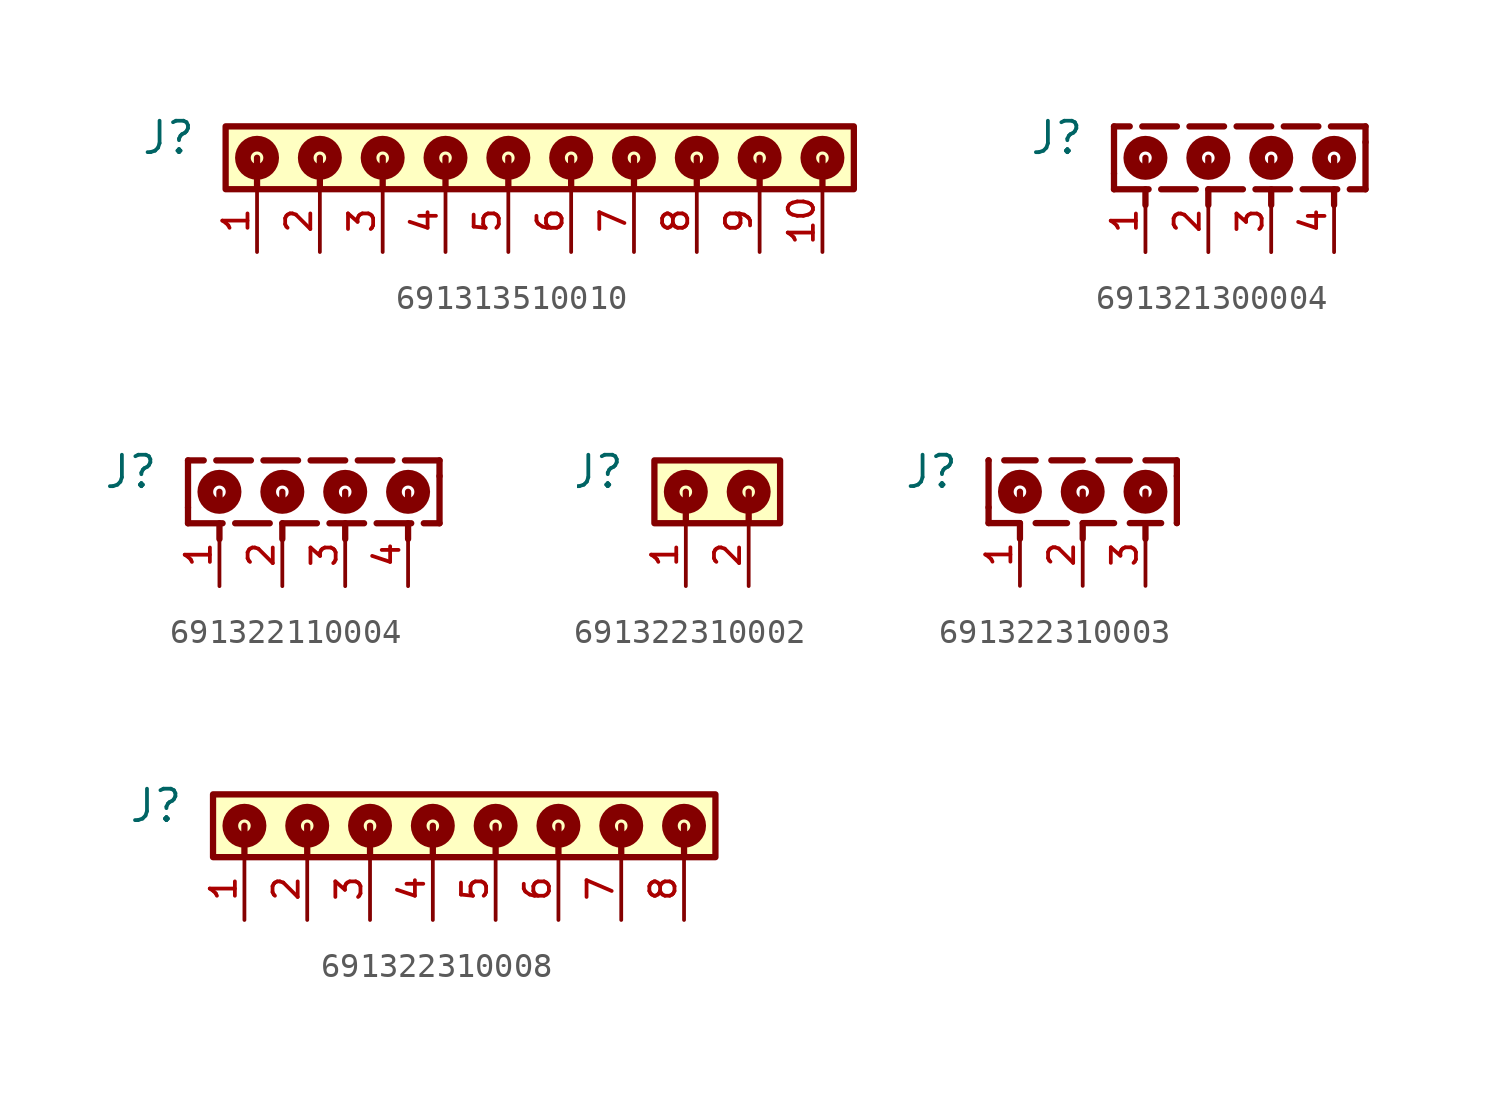
<source format=kicad_sym>
(kicad_symbol_lib
  (version 20231120)
  (generator "kicad_symbol_editor")
  (generator_version "8.0")
  (symbol "691313510010"
    (pin_names
      (offset 1.016))
    (property "Reference" "J"
      (at -12.61 -1.205 0)
      (effects (font (size 1.27 1.27)) (justify right bottom)))
    (symbol "691313510010_0_0"
      (rectangle (start -11.43 -2.54) (end 13.97 0) (stroke (width 0.254) (type default)) (fill (type background)))
      (circle (center -10.16 -1.27) (radius 0.254) (stroke (width 0.635) (type default)) (fill (type none)))
      (circle (center -7.62 -1.27) (radius 0.254) (stroke (width 0.635) (type default)) (fill (type none)))
      (circle (center -5.08 -1.27) (radius 0.254) (stroke (width 0.635) (type default)) (fill (type none)))
      (circle (center -2.54 -1.27) (radius 0.254) (stroke (width 0.635) (type default)) (fill (type none)))
      (circle (center 0 -1.27) (radius 0.254) (stroke (width 0.635) (type default)) (fill (type none)))
      (polyline (pts (xy -10.16 -1.27) (xy -10.16 -2.54)) (stroke (width 0.254) (type default)) (fill (type none)))
      (polyline (pts (xy -7.62 -1.27) (xy -7.62 -2.54)) (stroke (width 0.254) (type default)) (fill (type none)))
      (polyline (pts (xy -5.08 -1.27) (xy -5.08 -2.54)) (stroke (width 0.254) (type default)) (fill (type none)))
      (polyline (pts (xy -2.54 -1.27) (xy -2.54 -2.54)) (stroke (width 0.254) (type default)) (fill (type none)))
      (polyline (pts (xy 0 -1.27) (xy 0 -2.54)) (stroke (width 0.254) (type default)) (fill (type none)))
      (polyline (pts (xy 2.54 -1.27) (xy 2.54 -2.54)) (stroke (width 0.254) (type default)) (fill (type none)))
      (polyline (pts (xy 5.08 -1.27) (xy 5.08 -2.54)) (stroke (width 0.254) (type default)) (fill (type none)))
      (polyline (pts (xy 7.62 -1.27) (xy 7.62 -2.54)) (stroke (width 0.254) (type default)) (fill (type none)))
      (polyline (pts (xy 10.16 -1.27) (xy 10.16 -2.54)) (stroke (width 0.254) (type default)) (fill (type none)))
      (polyline (pts (xy 12.7 -1.27) (xy 12.7 -2.54)) (stroke (width 0.254) (type default)) (fill (type none)))
      (circle (center 2.54 -1.27) (radius 0.254) (stroke (width 0.635) (type default)) (fill (type none)))
      (circle (center 5.08 -1.27) (radius 0.254) (stroke (width 0.635) (type default)) (fill (type none)))
      (circle (center 7.62 -1.27) (radius 0.254) (stroke (width 0.635) (type default)) (fill (type none)))
      (circle (center 10.16 -1.27) (radius 0.254) (stroke (width 0.635) (type default)) (fill (type none)))
      (circle (center 12.7 -1.27) (radius 0.254) (stroke (width 0.635) (type default)) (fill (type none)))
      (pin passive line (at -10.16 -5.08 90) (length 2.54) (name "~" (effects (font (size 1.016 1.016)))) (number "1" (effects (font (size 1.016 1.016)))))
      (pin passive line (at 12.7 -5.08 90) (length 2.54) (name "~" (effects (font (size 1.016 1.016)))) (number "10" (effects (font (size 1.016 1.016)))))
      (pin passive line (at -7.62 -5.08 90) (length 2.54) (name "~" (effects (font (size 1.016 1.016)))) (number "2" (effects (font (size 1.016 1.016)))))
      (pin passive line (at -5.08 -5.08 90) (length 2.54) (name "~" (effects (font (size 1.016 1.016)))) (number "3" (effects (font (size 1.016 1.016)))))
      (pin passive line (at -2.54 -5.08 90) (length 2.54) (name "~" (effects (font (size 1.016 1.016)))) (number "4" (effects (font (size 1.016 1.016)))))
      (pin passive line (at 0 -5.08 90) (length 2.54) (name "~" (effects (font (size 1.016 1.016)))) (number "5" (effects (font (size 1.016 1.016)))))
      (pin passive line (at 2.54 -5.08 90) (length 2.54) (name "~" (effects (font (size 1.016 1.016)))) (number "6" (effects (font (size 1.016 1.016)))))
      (pin passive line (at 5.08 -5.08 90) (length 2.54) (name "~" (effects (font (size 1.016 1.016)))) (number "7" (effects (font (size 1.016 1.016)))))
      (pin passive line (at 7.62 -5.08 90) (length 2.54) (name "~" (effects (font (size 1.016 1.016)))) (number "8" (effects (font (size 1.016 1.016)))))
      (pin passive line (at 10.16 -5.08 90) (length 2.54) (name "~" (effects (font (size 1.016 1.016)))) (number "9" (effects (font (size 1.016 1.016)))))))
  (symbol "691321300004"
    (pin_names
      (offset 1.016))
    (property "Reference" "J"
      (at -7.53 -1.205 0)
      (effects (font (size 1.27 1.27)) (justify right bottom)))
    (symbol "691321300004_0_0"
      (circle (center -5.08 -1.27) (radius 0.254) (stroke (width 0.635) (type default)) (fill (type none)))
      (circle (center -2.54 -1.27) (radius 0.254) (stroke (width 0.635) (type default)) (fill (type none)))
      (circle (center 0 -1.27) (radius 0.254) (stroke (width 0.635) (type default)) (fill (type none)))
      (polyline (pts (xy -6.35 -2.54) (xy -4.953 -2.54)) (stroke (width 0.254) (type default)) (fill (type none)))
      (polyline (pts (xy -6.35 -1.905) (xy -6.35 -2.54)) (stroke (width 0.254) (type default)) (fill (type none)))
      (polyline (pts (xy -6.35 0) (xy -6.35 -1.905)) (stroke (width 0.254) (type default)) (fill (type none)))
      (polyline (pts (xy -5.715 0) (xy -6.35 0)) (stroke (width 0.254) (type default)) (fill (type none)))
      (polyline (pts (xy -5.08 -3.175) (xy -5.08 -2.54)) (stroke (width 0.254) (type default)) (fill (type none)))
      (polyline (pts (xy -5.08 -1.27) (xy -5.08 -1.905)) (stroke (width 0.254) (type default)) (fill (type none)))
      (polyline (pts (xy -4.445 -2.54) (xy -3.048 -2.54)) (stroke (width 0.254) (type default)) (fill (type none)))
      (polyline (pts (xy -3.81 0) (xy -5.207 0)) (stroke (width 0.254) (type default)) (fill (type none)))
      (polyline (pts (xy -2.54 -3.175) (xy -2.54 -2.54)) (stroke (width 0.254) (type default)) (fill (type none)))
      (polyline (pts (xy -2.54 -2.54) (xy -1.143 -2.54)) (stroke (width 0.254) (type default)) (fill (type none)))
      (polyline (pts (xy -2.54 -1.27) (xy -2.54 -1.905)) (stroke (width 0.254) (type default)) (fill (type none)))
      (polyline (pts (xy -1.905 0) (xy -3.302 0)) (stroke (width 0.254) (type default)) (fill (type none)))
      (polyline (pts (xy -0.635 -2.54) (xy 0.762 -2.54)) (stroke (width 0.254) (type default)) (fill (type none)))
      (polyline (pts (xy 0 -3.175) (xy 0 -2.54)) (stroke (width 0.254) (type default)) (fill (type none)))
      (polyline (pts (xy 0 -1.27) (xy 0 -1.905)) (stroke (width 0.254) (type default)) (fill (type none)))
      (polyline (pts (xy 0 0) (xy -1.397 0)) (stroke (width 0.254) (type default)) (fill (type none)))
      (polyline (pts (xy 1.27 -2.54) (xy 2.667 -2.54)) (stroke (width 0.254) (type default)) (fill (type none)))
      (polyline (pts (xy 1.905 0) (xy 0.508 0)) (stroke (width 0.254) (type default)) (fill (type none)))
      (polyline (pts (xy 2.54 -3.175) (xy 2.54 -2.54)) (stroke (width 0.254) (type default)) (fill (type none)))
      (polyline (pts (xy 2.54 -1.27) (xy 2.54 -1.905)) (stroke (width 0.254) (type default)) (fill (type none)))
      (polyline (pts (xy 3.175 -2.54) (xy 3.81 -2.54)) (stroke (width 0.254) (type default)) (fill (type none)))
      (polyline (pts (xy 3.81 -2.54) (xy 3.81 -0.635)) (stroke (width 0.254) (type default)) (fill (type none)))
      (polyline (pts (xy 3.81 -0.635) (xy 3.81 0)) (stroke (width 0.254) (type default)) (fill (type none)))
      (polyline (pts (xy 3.81 0) (xy 2.413 0)) (stroke (width 0.254) (type default)) (fill (type none)))
      (circle (center 2.54 -1.27) (radius 0.254) (stroke (width 0.635) (type default)) (fill (type none)))
      (pin passive line (at -5.08 -5.08 90) (length 2.54) (name "~" (effects (font (size 1.016 1.016)))) (number "1" (effects (font (size 1.016 1.016)))))
      (pin passive line (at -2.54 -5.08 90) (length 2.54) (name "~" (effects (font (size 1.016 1.016)))) (number "2" (effects (font (size 1.016 1.016)))))
      (pin passive line (at 0 -5.08 90) (length 2.54) (name "~" (effects (font (size 1.016 1.016)))) (number "3" (effects (font (size 1.016 1.016)))))
      (pin passive line (at 2.54 -5.08 90) (length 2.54) (name "~" (effects (font (size 1.016 1.016)))) (number "4" (effects (font (size 1.016 1.016)))))))
  (symbol "691322110004"
    (pin_names
      (offset 1.016))
    (property "Reference" "J"
      (at -7.53 -1.205 0)
      (effects (font (size 1.27 1.27)) (justify right bottom)))
    (symbol "691322110004_0_0"
      (circle (center -5.08 -1.27) (radius 0.254) (stroke (width 0.635) (type default)) (fill (type none)))
      (circle (center -2.54 -1.27) (radius 0.254) (stroke (width 0.635) (type default)) (fill (type none)))
      (circle (center 0 -1.27) (radius 0.254) (stroke (width 0.635) (type default)) (fill (type none)))
      (polyline (pts (xy -6.35 -2.54) (xy -4.953 -2.54)) (stroke (width 0.254) (type default)) (fill (type none)))
      (polyline (pts (xy -6.35 -1.905) (xy -6.35 -2.54)) (stroke (width 0.254) (type default)) (fill (type none)))
      (polyline (pts (xy -6.35 0) (xy -6.35 -1.905)) (stroke (width 0.254) (type default)) (fill (type none)))
      (polyline (pts (xy -5.715 0) (xy -6.35 0)) (stroke (width 0.254) (type default)) (fill (type none)))
      (polyline (pts (xy -5.08 -3.175) (xy -5.08 -2.54)) (stroke (width 0.254) (type default)) (fill (type none)))
      (polyline (pts (xy -5.08 -1.27) (xy -5.08 -1.905)) (stroke (width 0.254) (type default)) (fill (type none)))
      (polyline (pts (xy -4.445 -2.54) (xy -3.048 -2.54)) (stroke (width 0.254) (type default)) (fill (type none)))
      (polyline (pts (xy -3.81 0) (xy -5.207 0)) (stroke (width 0.254) (type default)) (fill (type none)))
      (polyline (pts (xy -2.54 -3.175) (xy -2.54 -2.54)) (stroke (width 0.254) (type default)) (fill (type none)))
      (polyline (pts (xy -2.54 -2.54) (xy -1.143 -2.54)) (stroke (width 0.254) (type default)) (fill (type none)))
      (polyline (pts (xy -2.54 -1.27) (xy -2.54 -1.905)) (stroke (width 0.254) (type default)) (fill (type none)))
      (polyline (pts (xy -1.905 0) (xy -3.302 0)) (stroke (width 0.254) (type default)) (fill (type none)))
      (polyline (pts (xy -0.635 -2.54) (xy 0.762 -2.54)) (stroke (width 0.254) (type default)) (fill (type none)))
      (polyline (pts (xy 0 -3.175) (xy 0 -2.54)) (stroke (width 0.254) (type default)) (fill (type none)))
      (polyline (pts (xy 0 -1.27) (xy 0 -1.905)) (stroke (width 0.254) (type default)) (fill (type none)))
      (polyline (pts (xy 0 0) (xy -1.397 0)) (stroke (width 0.254) (type default)) (fill (type none)))
      (polyline (pts (xy 1.27 -2.54) (xy 2.667 -2.54)) (stroke (width 0.254) (type default)) (fill (type none)))
      (polyline (pts (xy 1.905 0) (xy 0.508 0)) (stroke (width 0.254) (type default)) (fill (type none)))
      (polyline (pts (xy 2.54 -3.175) (xy 2.54 -2.54)) (stroke (width 0.254) (type default)) (fill (type none)))
      (polyline (pts (xy 2.54 -1.27) (xy 2.54 -1.905)) (stroke (width 0.254) (type default)) (fill (type none)))
      (polyline (pts (xy 3.175 -2.54) (xy 3.81 -2.54)) (stroke (width 0.254) (type default)) (fill (type none)))
      (polyline (pts (xy 3.81 -2.54) (xy 3.81 -0.635)) (stroke (width 0.254) (type default)) (fill (type none)))
      (polyline (pts (xy 3.81 -0.635) (xy 3.81 0)) (stroke (width 0.254) (type default)) (fill (type none)))
      (polyline (pts (xy 3.81 0) (xy 2.413 0)) (stroke (width 0.254) (type default)) (fill (type none)))
      (circle (center 2.54 -1.27) (radius 0.254) (stroke (width 0.635) (type default)) (fill (type none)))
      (pin passive line (at -5.08 -5.08 90) (length 2.54) (name "~" (effects (font (size 1.016 1.016)))) (number "1" (effects (font (size 1.016 1.016)))))
      (pin passive line (at -2.54 -5.08 90) (length 2.54) (name "~" (effects (font (size 1.016 1.016)))) (number "2" (effects (font (size 1.016 1.016)))))
      (pin passive line (at 0 -5.08 90) (length 2.54) (name "~" (effects (font (size 1.016 1.016)))) (number "3" (effects (font (size 1.016 1.016)))))
      (pin passive line (at 2.54 -5.08 90) (length 2.54) (name "~" (effects (font (size 1.016 1.016)))) (number "4" (effects (font (size 1.016 1.016)))))))
  (symbol "691322310002"
    (pin_names
      (offset 1.016))
    (property "Reference" "J"
      (at -4.99 -1.205 0)
      (effects (font (size 1.27 1.27)) (justify right bottom)))
    (symbol "691322310002_0_0"
      (rectangle (start -3.81 -2.54) (end 1.27 0) (stroke (width 0.254) (type default)) (fill (type background)))
      (circle (center -2.54 -1.27) (radius 0.254) (stroke (width 0.635) (type default)) (fill (type none)))
      (circle (center 0 -1.27) (radius 0.254) (stroke (width 0.635) (type default)) (fill (type none)))
      (polyline (pts (xy -2.54 -1.27) (xy -2.54 -2.54)) (stroke (width 0.254) (type default)) (fill (type none)))
      (polyline (pts (xy 0 -1.27) (xy 0 -2.54)) (stroke (width 0.254) (type default)) (fill (type none)))
      (pin passive line (at -2.54 -5.08 90) (length 2.54) (name "~" (effects (font (size 1.016 1.016)))) (number "1" (effects (font (size 1.016 1.016)))))
      (pin passive line (at 0 -5.08 90) (length 2.54) (name "~" (effects (font (size 1.016 1.016)))) (number "2" (effects (font (size 1.016 1.016)))))))
  (symbol "691322310003"
    (pin_names
      (offset 1.016))
    (property "Reference" "J"
      (at -4.99 -1.205 0)
      (effects (font (size 1.27 1.27)) (justify right bottom)))
    (symbol "691322310003_0_0"
      (circle (center -2.54 -1.27) (radius 0.254) (stroke (width 0.635) (type default)) (fill (type none)))
      (circle (center 0 -1.27) (radius 0.254) (stroke (width 0.635) (type default)) (fill (type none)))
      (polyline (pts (xy -3.81 -2.54) (xy -2.54 -2.54)) (stroke (width 0.254) (type default)) (fill (type none)))
      (polyline (pts (xy -3.81 -1.905) (xy -3.81 -2.54)) (stroke (width 0.254) (type default)) (fill (type none)))
      (polyline (pts (xy -3.81 0) (xy -3.81 -1.905)) (stroke (width 0.254) (type default)) (fill (type none)))
      (polyline (pts (xy -3.81 0) (xy -3.81 0)) (stroke (width 0.254) (type default)) (fill (type none)))
      (polyline (pts (xy -2.54 -3.175) (xy -2.54 -2.54)) (stroke (width 0.254) (type default)) (fill (type none)))
      (polyline (pts (xy -2.54 -1.27) (xy -2.54 -1.905)) (stroke (width 0.254) (type default)) (fill (type none)))
      (polyline (pts (xy -1.905 -2.54) (xy -0.635 -2.54)) (stroke (width 0.254) (type default)) (fill (type none)))
      (polyline (pts (xy -1.905 0) (xy -3.175 0)) (stroke (width 0.254) (type default)) (fill (type none)))
      (polyline (pts (xy 0 -3.175) (xy 0 -2.54)) (stroke (width 0.254) (type default)) (fill (type none)))
      (polyline (pts (xy 0 -2.54) (xy 1.27 -2.54)) (stroke (width 0.254) (type default)) (fill (type none)))
      (polyline (pts (xy 0 -1.27) (xy 0 -1.905)) (stroke (width 0.254) (type default)) (fill (type none)))
      (polyline (pts (xy 0 0) (xy -1.27 0)) (stroke (width 0.254) (type default)) (fill (type none)))
      (polyline (pts (xy 1.905 -2.54) (xy 3.175 -2.54)) (stroke (width 0.254) (type default)) (fill (type none)))
      (polyline (pts (xy 1.905 0) (xy 0.635 0)) (stroke (width 0.254) (type default)) (fill (type none)))
      (polyline (pts (xy 2.54 -3.175) (xy 2.54 -2.54)) (stroke (width 0.254) (type default)) (fill (type none)))
      (polyline (pts (xy 2.54 -1.27) (xy 2.54 -1.905)) (stroke (width 0.254) (type default)) (fill (type none)))
      (polyline (pts (xy 3.81 -2.54) (xy 3.81 -2.54)) (stroke (width 0.254) (type default)) (fill (type none)))
      (polyline (pts (xy 3.81 -2.54) (xy 3.81 -0.635)) (stroke (width 0.254) (type default)) (fill (type none)))
      (polyline (pts (xy 3.81 -0.635) (xy 3.81 0)) (stroke (width 0.254) (type default)) (fill (type none)))
      (polyline (pts (xy 3.81 0) (xy 2.54 0)) (stroke (width 0.254) (type default)) (fill (type none)))
      (circle (center 2.54 -1.27) (radius 0.254) (stroke (width 0.635) (type default)) (fill (type none)))
      (pin passive line (at -2.54 -5.08 90) (length 2.54) (name "~" (effects (font (size 1.016 1.016)))) (number "1" (effects (font (size 1.016 1.016)))))
      (pin passive line (at 0 -5.08 90) (length 2.54) (name "~" (effects (font (size 1.016 1.016)))) (number "2" (effects (font (size 1.016 1.016)))))
      (pin passive line (at 2.54 -5.08 90) (length 2.54) (name "~" (effects (font (size 1.016 1.016)))) (number "3" (effects (font (size 1.016 1.016)))))))
  (symbol "691322310008"
    (pin_names
      (offset 1.016))
    (property "Reference" "J"
      (at -10.07 -1.205 0)
      (effects (font (size 1.27 1.27)) (justify right bottom)))
    (symbol "691322310008_0_0"
      (rectangle (start -8.89 -2.54) (end 11.43 0) (stroke (width 0.254) (type default)) (fill (type background)))
      (circle (center -7.62 -1.27) (radius 0.254) (stroke (width 0.635) (type default)) (fill (type none)))
      (circle (center -5.08 -1.27) (radius 0.254) (stroke (width 0.635) (type default)) (fill (type none)))
      (circle (center -2.54 -1.27) (radius 0.254) (stroke (width 0.635) (type default)) (fill (type none)))
      (circle (center 0 -1.27) (radius 0.254) (stroke (width 0.635) (type default)) (fill (type none)))
      (polyline (pts (xy -7.62 -1.27) (xy -7.62 -2.54)) (stroke (width 0.254) (type default)) (fill (type none)))
      (polyline (pts (xy -5.08 -1.27) (xy -5.08 -2.54)) (stroke (width 0.254) (type default)) (fill (type none)))
      (polyline (pts (xy -2.54 -1.27) (xy -2.54 -2.54)) (stroke (width 0.254) (type default)) (fill (type none)))
      (polyline (pts (xy 0 -1.27) (xy 0 -2.54)) (stroke (width 0.254) (type default)) (fill (type none)))
      (polyline (pts (xy 2.54 -1.27) (xy 2.54 -2.54)) (stroke (width 0.254) (type default)) (fill (type none)))
      (polyline (pts (xy 5.08 -1.27) (xy 5.08 -2.54)) (stroke (width 0.254) (type default)) (fill (type none)))
      (polyline (pts (xy 7.62 -1.27) (xy 7.62 -2.54)) (stroke (width 0.254) (type default)) (fill (type none)))
      (polyline (pts (xy 10.16 -1.27) (xy 10.16 -2.54)) (stroke (width 0.254) (type default)) (fill (type none)))
      (circle (center 2.54 -1.27) (radius 0.254) (stroke (width 0.635) (type default)) (fill (type none)))
      (circle (center 5.08 -1.27) (radius 0.254) (stroke (width 0.635) (type default)) (fill (type none)))
      (circle (center 7.62 -1.27) (radius 0.254) (stroke (width 0.635) (type default)) (fill (type none)))
      (circle (center 10.16 -1.27) (radius 0.254) (stroke (width 0.635) (type default)) (fill (type none)))
      (pin passive line (at -7.62 -5.08 90) (length 2.54) (name "~" (effects (font (size 1.016 1.016)))) (number "1" (effects (font (size 1.016 1.016)))))
      (pin passive line (at -5.08 -5.08 90) (length 2.54) (name "~" (effects (font (size 1.016 1.016)))) (number "2" (effects (font (size 1.016 1.016)))))
      (pin passive line (at -2.54 -5.08 90) (length 2.54) (name "~" (effects (font (size 1.016 1.016)))) (number "3" (effects (font (size 1.016 1.016)))))
      (pin passive line (at 0 -5.08 90) (length 2.54) (name "~" (effects (font (size 1.016 1.016)))) (number "4" (effects (font (size 1.016 1.016)))))
      (pin passive line (at 2.54 -5.08 90) (length 2.54) (name "~" (effects (font (size 1.016 1.016)))) (number "5" (effects (font (size 1.016 1.016)))))
      (pin passive line (at 5.08 -5.08 90) (length 2.54) (name "~" (effects (font (size 1.016 1.016)))) (number "6" (effects (font (size 1.016 1.016)))))
      (pin passive line (at 7.62 -5.08 90) (length 2.54) (name "~" (effects (font (size 1.016 1.016)))) (number "7" (effects (font (size 1.016 1.016)))))
      (pin passive line (at 10.16 -5.08 90) (length 2.54) (name "~" (effects (font (size 1.016 1.016)))) (number "8" (effects (font (size 1.016 1.016))))))))
</source>
